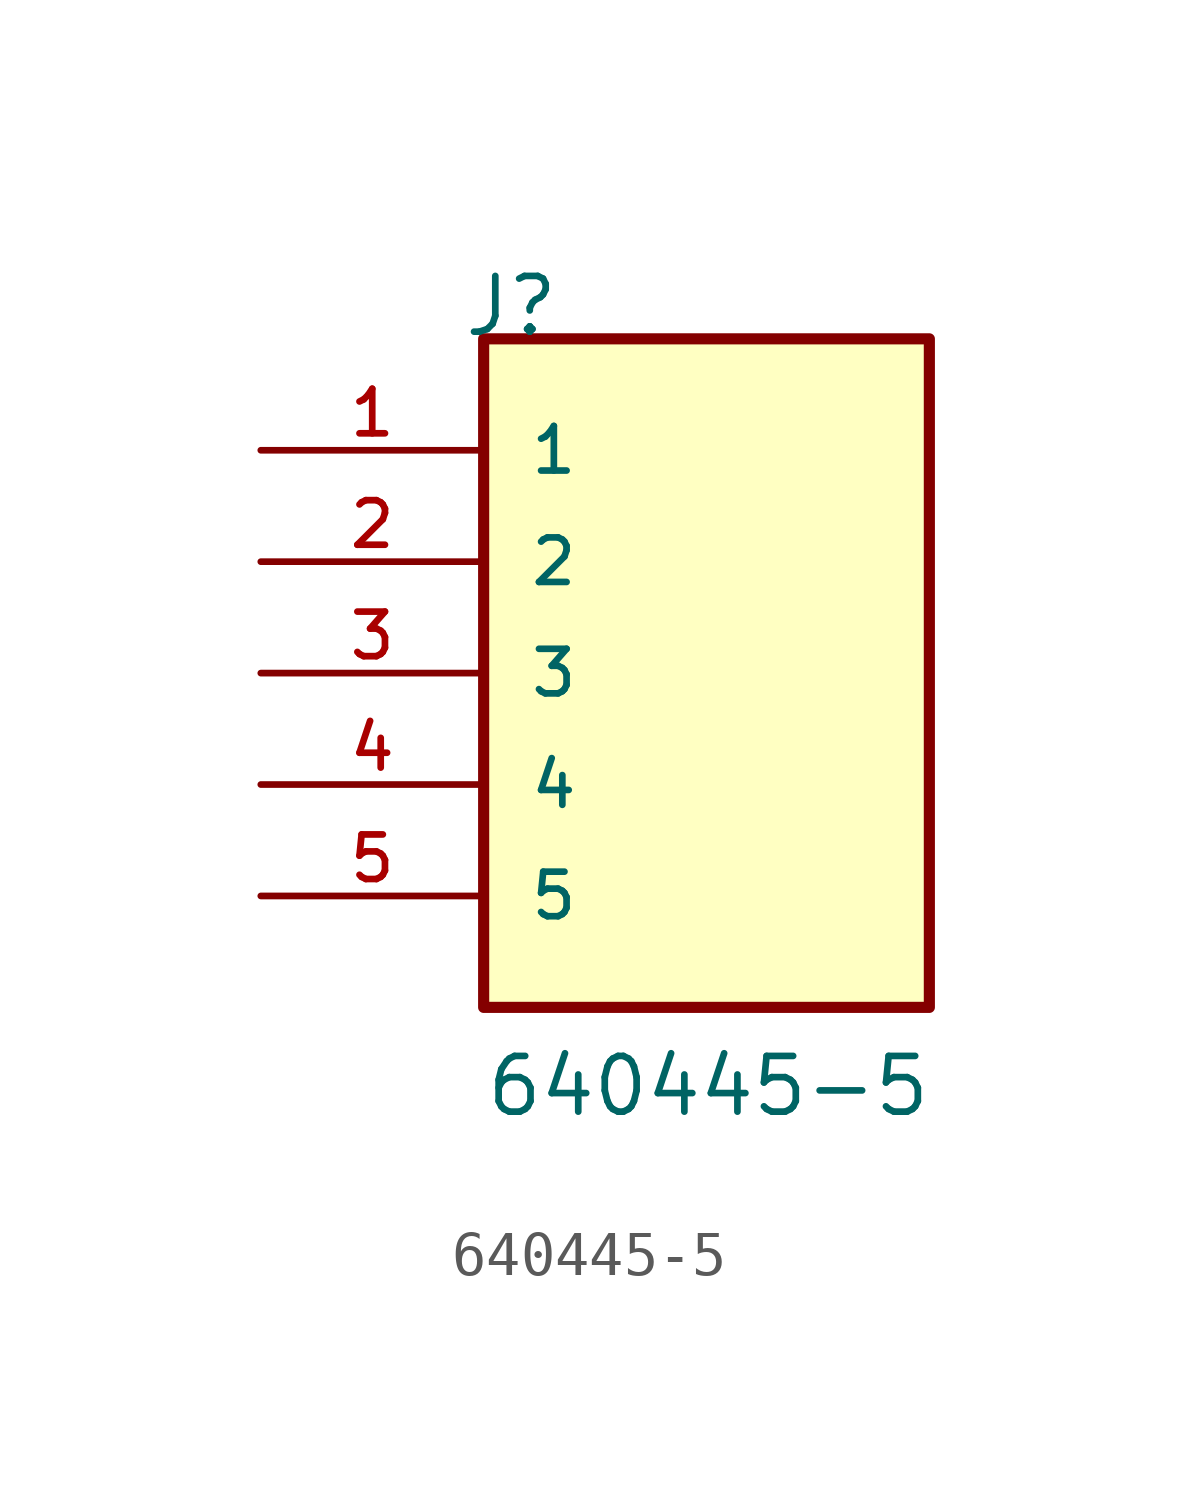
<source format=kicad_sym>
(kicad_symbol_lib
  (version 20211014)
  (generator kicad_symbol_editor)
  (symbol "640445-5"
    (pin_names
      (offset 1.016))
    (property "Reference" "J"
      (at -5.58 7.62 0)
      (effects (font (size 1.27 1.27)) (justify bottom left)))
    (property "Value" "640445-5"
      (at -5.08 -10.16 0)
      (effects (font (size 1.27 1.27)) (justify bottom left)))
    (symbol "640445-5_0_0"
      (rectangle (start -5.08 -7.62) (end 5.08 7.62) (stroke (width 0.254)) (fill (type background)))
      (pin passive line (at -10.16 5.08 0) (length 5.08) (name "1" (effects (font (size 1.016 1.016)))) (number "1" (effects (font (size 1.016 1.016)))))
      (pin passive line (at -10.16 2.54 0) (length 5.08) (name "2" (effects (font (size 1.016 1.016)))) (number "2" (effects (font (size 1.016 1.016)))))
      (pin passive line (at -10.16 0.0 0) (length 5.08) (name "3" (effects (font (size 1.016 1.016)))) (number "3" (effects (font (size 1.016 1.016)))))
      (pin passive line (at -10.16 -2.54 0) (length 5.08) (name "4" (effects (font (size 1.016 1.016)))) (number "4" (effects (font (size 1.016 1.016)))))
      (pin passive line (at -10.16 -5.08 0) (length 5.08) (name "5" (effects (font (size 1.016 1.016)))) (number "5" (effects (font (size 1.016 1.016))))))))
</source>
